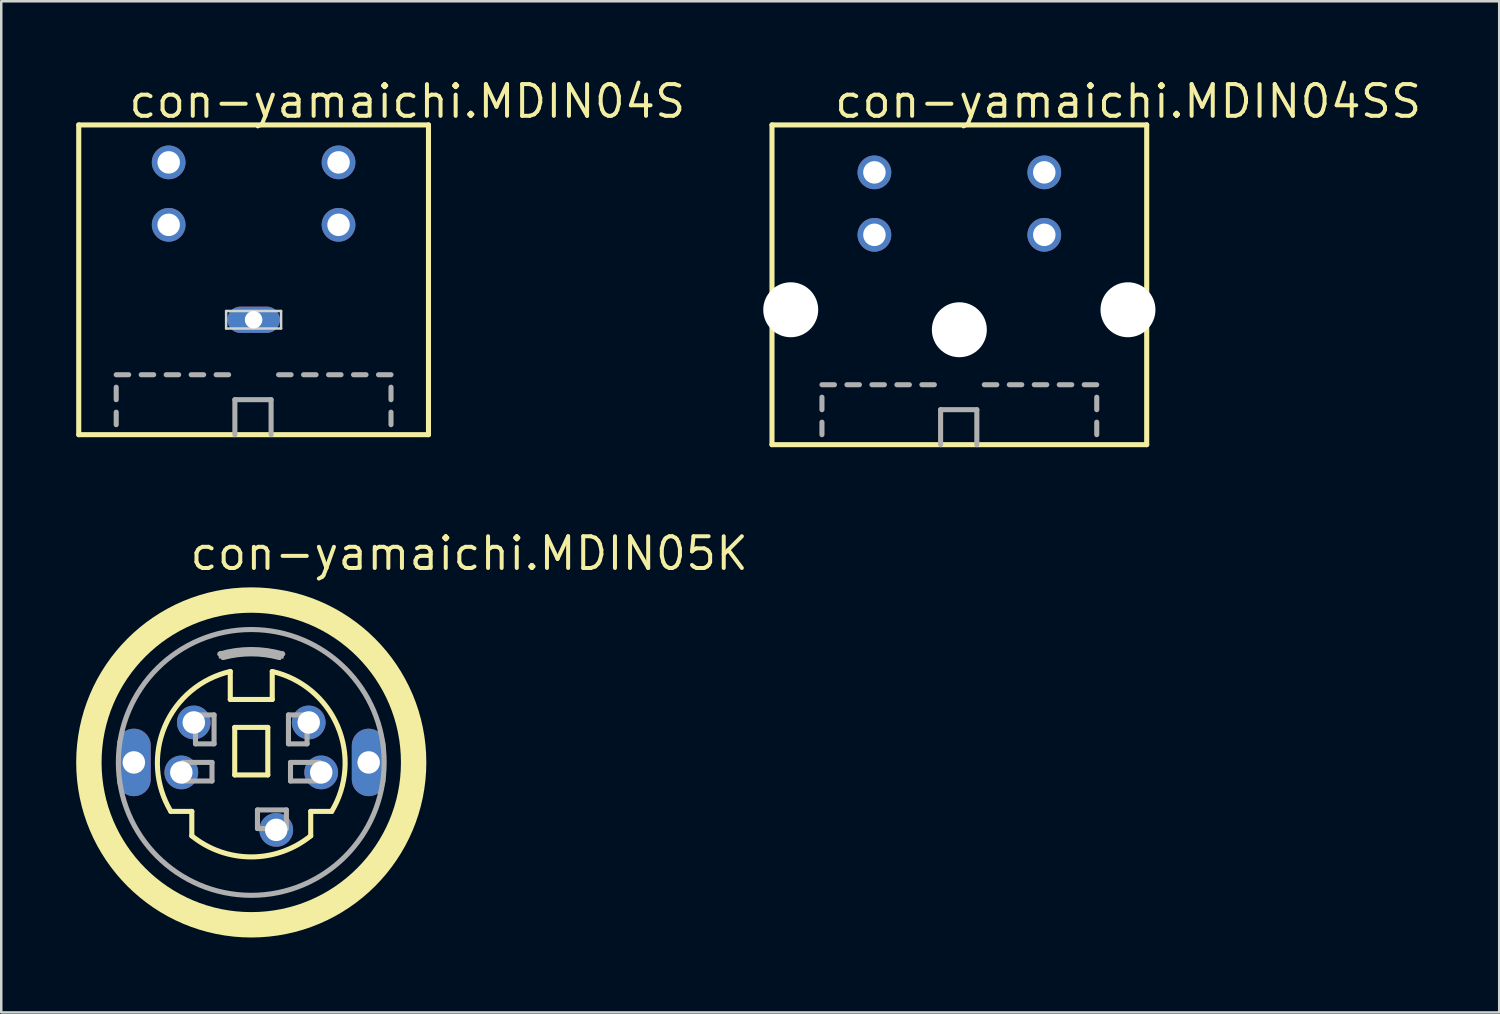
<source format=kicad_pcb>
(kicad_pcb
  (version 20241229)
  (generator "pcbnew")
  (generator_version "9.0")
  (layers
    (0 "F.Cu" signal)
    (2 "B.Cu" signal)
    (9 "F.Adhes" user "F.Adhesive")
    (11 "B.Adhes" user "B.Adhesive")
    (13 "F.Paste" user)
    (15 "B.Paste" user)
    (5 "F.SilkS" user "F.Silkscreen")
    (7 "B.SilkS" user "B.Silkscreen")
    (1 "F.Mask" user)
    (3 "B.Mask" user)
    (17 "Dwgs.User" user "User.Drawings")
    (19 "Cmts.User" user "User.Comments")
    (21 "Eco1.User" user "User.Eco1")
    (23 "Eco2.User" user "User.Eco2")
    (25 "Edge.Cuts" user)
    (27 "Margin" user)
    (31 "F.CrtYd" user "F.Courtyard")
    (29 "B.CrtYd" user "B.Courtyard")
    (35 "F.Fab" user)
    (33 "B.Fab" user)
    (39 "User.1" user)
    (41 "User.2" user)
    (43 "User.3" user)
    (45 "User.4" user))
  (footprint "con-yamaichi.MDIN05K"
    (layer "F.Cu")
    (at 7.008 27.47)
    (property "Reference" "con-yamaichi.MDIN05K" (at -2.54 -7.62 0) (layer "F.SilkS") (effects (font (size 1.27 1.27) (thickness 0.16)) (justify left bottom)))
    (attr through_hole)
    (fp_line (start -3.22 1.96) (end -2.38 1.96) (stroke (width 0.203) (type default)) (layer "F.SilkS"))
    (fp_line (start -2.38 1.96) (end -2.38 2.94) (stroke (width 0.203) (type default)) (layer "F.SilkS"))
    (fp_line (start -0.84 -2.52) (end -0.84 -3.64) (stroke (width 0.203) (type default)) (layer "F.SilkS"))
    (fp_line (start -0.662 -1.402) (end 0.662 -1.402) (stroke (width 0.203) (type default)) (layer "F.SilkS"))
    (fp_line (start -0.662 0.5) (end -0.662 -1.402) (stroke (width 0.203) (type default)) (layer "F.SilkS"))
    (fp_line (start 0.662 -1.402) (end 0.662 0.5) (stroke (width 0.203) (type default)) (layer "F.SilkS"))
    (fp_line (start 0.662 0.5) (end -0.662 0.5) (stroke (width 0.203) (type default)) (layer "F.SilkS"))
    (fp_line (start 0.84 -3.64) (end 0.84 -2.52) (stroke (width 0.203) (type default)) (layer "F.SilkS"))
    (fp_line (start 0.84 -2.52) (end -0.84 -2.52) (stroke (width 0.203) (type default)) (layer "F.SilkS"))
    (fp_line (start 2.38 1.96) (end 2.38 2.94) (stroke (width 0.203) (type default)) (layer "F.SilkS"))
    (fp_line (start 3.22 1.96) (end 2.38 1.96) (stroke (width 0.203) (type default)) (layer "F.SilkS"))
    (fp_arc (start -3.22 1.96) (mid -3.458453 -1.447093) (end -0.84 -3.64) (stroke (width 0.2032) (type default)) (layer "F.SilkS"))
    (fp_arc (start 0.84 -3.64) (mid 3.458453 -1.447093) (end 3.22 1.96) (stroke (width 0.2032) (type default)) (layer "F.SilkS"))
    (fp_arc (start 2.38 2.94) (mid 0 3.782592) (end -2.38 2.94) (stroke (width 0.2032) (type default)) (layer "F.SilkS"))
    (fp_circle (center 0 0) (end 6.5 0) (stroke (width 1.016) (type default)) (fill no) (layer "F.SilkS"))
    (fp_line (start -2.729 0) (end -1.571 0) (stroke (width 0.203) (type default)) (layer "F.Fab"))
    (fp_line (start -2.729 0.744) (end -2.729 0) (stroke (width 0.203) (type default)) (layer "F.Fab"))
    (fp_line (start -2.233 -1.902) (end -1.489 -1.902) (stroke (width 0.203) (type default)) (layer "F.Fab"))
    (fp_line (start -2.233 -0.744) (end -2.233 -1.902) (stroke (width 0.203) (type default)) (layer "F.Fab"))
    (fp_line (start -1.571 0) (end -1.571 0.744) (stroke (width 0.203) (type default)) (layer "F.Fab"))
    (fp_line (start -1.571 0.744) (end -2.729 0.744) (stroke (width 0.203) (type default)) (layer "F.Fab"))
    (fp_line (start -1.489 -1.902) (end -1.489 -0.744) (stroke (width 0.203) (type default)) (layer "F.Fab"))
    (fp_line (start -1.489 -0.744) (end -2.233 -0.744) (stroke (width 0.203) (type default)) (layer "F.Fab"))
    (fp_line (start -1.25 -4.4) (end -1.25 -4.2) (stroke (width 0.102) (type default)) (layer "F.Fab"))
    (fp_line (start -1.15 -4.4) (end -1.25 -4.4) (stroke (width 0.102) (type default)) (layer "F.Fab"))
    (fp_line (start -1.15 -4.15) (end -1.15 -4.4) (stroke (width 0.102) (type default)) (layer "F.Fab"))
    (fp_line (start 0.248 1.902) (end 1.406 1.902) (stroke (width 0.203) (type default)) (layer "F.Fab"))
    (fp_line (start 0.248 2.646) (end 0.248 1.902) (stroke (width 0.203) (type default)) (layer "F.Fab"))
    (fp_line (start 1.15 -4.4) (end 1.25 -4.4) (stroke (width 0.102) (type default)) (layer "F.Fab"))
    (fp_line (start 1.15 -4.15) (end 1.15 -4.4) (stroke (width 0.102) (type default)) (layer "F.Fab"))
    (fp_line (start 1.25 -4.4) (end 1.25 -4.2) (stroke (width 0.102) (type default)) (layer "F.Fab"))
    (fp_line (start 1.406 1.902) (end 1.406 2.646) (stroke (width 0.203) (type default)) (layer "F.Fab"))
    (fp_line (start 1.406 2.646) (end 0.248 2.646) (stroke (width 0.203) (type default)) (layer "F.Fab"))
    (fp_line (start 1.489 -1.902) (end 2.233 -1.902) (stroke (width 0.203) (type default)) (layer "F.Fab"))
    (fp_line (start 1.489 -0.744) (end 1.489 -1.902) (stroke (width 0.203) (type default)) (layer "F.Fab"))
    (fp_line (start 1.571 0) (end 2.729 0) (stroke (width 0.203) (type default)) (layer "F.Fab"))
    (fp_line (start 1.571 0.744) (end 1.571 0) (stroke (width 0.203) (type default)) (layer "F.Fab"))
    (fp_line (start 2.233 -1.902) (end 2.233 -0.744) (stroke (width 0.203) (type default)) (layer "F.Fab"))
    (fp_line (start 2.233 -0.744) (end 1.489 -0.744) (stroke (width 0.203) (type default)) (layer "F.Fab"))
    (fp_line (start 2.729 0) (end 2.729 0.744) (stroke (width 0.203) (type default)) (layer "F.Fab"))
    (fp_line (start 2.729 0.744) (end 1.571 0.744) (stroke (width 0.203) (type default)) (layer "F.Fab"))
    (fp_arc (start -1.26 -4.34) (mid 0 -4.519203) (end 1.26 -4.34) (stroke (width 0.2032) (type default)) (layer "F.Fab"))
    (fp_arc (start -1.12 -4.2) (mid 0 -4.346769) (end 1.12 -4.2) (stroke (width 0.2032) (type default)) (layer "F.Fab"))
    (fp_circle (center 0 0) (end 5.32 0) (stroke (width 0.203) (type default)) (fill no) (layer "F.Fab"))
    (pad "1" thru_hole circle (at 1 2.7) (size 1.35 1.35) (drill 0.9) (layers "*.Cu" "*.Mask"))
    (pad "2" thru_hole circle (at 2.8 0.4) (size 1.35 1.35) (drill 0.9) (layers "*.Cu" "*.Mask"))
    (pad "3" thru_hole circle (at -2.8 0.4) (size 1.35 1.35) (drill 0.9) (layers "*.Cu" "*.Mask"))
    (pad "4" thru_hole circle (at 2.3 -1.6) (size 1.35 1.35) (drill 0.9) (layers "*.Cu" "*.Mask"))
    (pad "5" thru_hole circle (at -2.3 -1.6) (size 1.35 1.35) (drill 0.9) (layers "*.Cu" "*.Mask"))
    (pad "M1" thru_hole oval (at -4.7 0 90) (size 2.7 1.35) (drill 0.9) (layers "*.Cu" "*.Mask"))
    (pad "M2" thru_hole oval (at 4.7 0 90) (size 2.7 1.35) (drill 0.9) (layers "*.Cu" "*.Mask")))
  (footprint "con-yamaichi.MDIN04S"
    (layer "F.Cu")
    (at 7.102 14.45)
    (property "Reference" "con-yamaichi.MDIN04S" (at -5.08 -12.7 0) (layer "F.SilkS") (effects (font (size 1.27 1.27) (thickness 0.16)) (justify left bottom)))
    (attr through_hole)
    (fp_line (start -7 -12.5) (end -7 -0.1) (stroke (width 0.203) (type default)) (layer "F.SilkS"))
    (fp_line (start -7 -0.1) (end 7 -0.1) (stroke (width 0.203) (type default)) (layer "F.SilkS"))
    (fp_line (start 7 -12.5) (end -7 -12.5) (stroke (width 0.203) (type default)) (layer "F.SilkS"))
    (fp_line (start 7 -0.1) (end 7 -12.5) (stroke (width 0.203) (type default)) (layer "F.SilkS"))
    (fp_line (start -1.1 -4.35) (end -1.1 -5.05) (stroke (width 0.1) (type default)) (layer "Edge.Cuts"))
    (fp_line (start 1.1 -5.05) (end -1.1 -5.05) (stroke (width 0.1) (type default)) (layer "Edge.Cuts"))
    (fp_line (start 1.1 -4.35) (end -1.1 -4.35) (stroke (width 0.1) (type default)) (layer "Edge.Cuts"))
    (fp_line (start 1.1 -4.35) (end 1.1 -5.05) (stroke (width 0.1) (type default)) (layer "Edge.Cuts"))
    (fp_line (start -5.5 -2.5) (end -5 -2.5) (stroke (width 0.203) (type default)) (layer "F.Fab"))
    (fp_line (start -5.5 -1.5) (end -5.5 -2) (stroke (width 0.203) (type default)) (layer "F.Fab"))
    (fp_line (start -5.5 -0.5) (end -5.5 -1) (stroke (width 0.203) (type default)) (layer "F.Fab"))
    (fp_line (start -4.5 -2.5) (end -4 -2.5) (stroke (width 0.203) (type default)) (layer "F.Fab"))
    (fp_line (start -3.5 -2.5) (end -3 -2.5) (stroke (width 0.203) (type default)) (layer "F.Fab"))
    (fp_line (start -2.5 -2.5) (end -2 -2.5) (stroke (width 0.203) (type default)) (layer "F.Fab"))
    (fp_line (start -1.5 -2.5) (end -1 -2.5) (stroke (width 0.203) (type default)) (layer "F.Fab"))
    (fp_line (start -0.75 -1.5) (end 0.7 -1.5) (stroke (width 0.203) (type default)) (layer "F.Fab"))
    (fp_line (start -0.75 -0.1) (end -0.75 -1.5) (stroke (width 0.203) (type default)) (layer "F.Fab"))
    (fp_line (start 0.7 -1.5) (end 0.7 -0.1) (stroke (width 0.203) (type default)) (layer "F.Fab"))
    (fp_line (start 1 -2.5) (end 1.5 -2.5) (stroke (width 0.203) (type default)) (layer "F.Fab"))
    (fp_line (start 2 -2.5) (end 2.5 -2.5) (stroke (width 0.203) (type default)) (layer "F.Fab"))
    (fp_line (start 3 -2.5) (end 3.5 -2.5) (stroke (width 0.203) (type default)) (layer "F.Fab"))
    (fp_line (start 4 -2.5) (end 4.5 -2.5) (stroke (width 0.203) (type default)) (layer "F.Fab"))
    (fp_line (start 5 -2.5) (end 5.5 -2.5) (stroke (width 0.203) (type default)) (layer "F.Fab"))
    (fp_line (start 5.5 -1.5) (end 5.5 -2) (stroke (width 0.203) (type default)) (layer "F.Fab"))
    (fp_line (start 5.5 -0.5) (end 5.5 -1) (stroke (width 0.203) (type default)) (layer "F.Fab"))
    (pad "1" thru_hole circle (at 3.4 -8.5) (size 1.35 1.35) (drill 0.9) (layers "*.Cu" "*.Mask"))
    (pad "2" thru_hole circle (at -3.4 -8.5) (size 1.35 1.35) (drill 0.9) (layers "*.Cu" "*.Mask"))
    (pad "3" thru_hole circle (at 3.4 -11) (size 1.35 1.35) (drill 0.9) (layers "*.Cu" "*.Mask"))
    (pad "4" thru_hole circle (at -3.4 -11) (size 1.35 1.35) (drill 0.9) (layers "*.Cu" "*.Mask"))
    (pad "M" thru_hole oval (at 0 -4.7) (size 2.1 1.05) (drill 0.7) (layers "*.Cu" "*.Mask")))
  (footprint "con-yamaichi.MDIN04SS"
    (layer "F.Cu")
    (at 35.353 14.85)
    (property "Reference" "con-yamaichi.MDIN04SS" (at -5.08 -13.1 0) (layer "F.SilkS") (effects (font (size 1.27 1.27) (thickness 0.16)) (justify left bottom)))
    (attr through_hole)
    (fp_line (start -7.5 -12.9) (end -7.5 -0.1) (stroke (width 0.203) (type default)) (layer "F.SilkS"))
    (fp_line (start -7.5 -0.1) (end 7.5 -0.1) (stroke (width 0.203) (type default)) (layer "F.SilkS"))
    (fp_line (start 7.5 -12.9) (end -7.5 -12.9) (stroke (width 0.203) (type default)) (layer "F.SilkS"))
    (fp_line (start 7.5 -0.1) (end 7.5 -12.9) (stroke (width 0.203) (type default)) (layer "F.SilkS"))
    (fp_line (start -5.5 -2.5) (end -5 -2.5) (stroke (width 0.203) (type default)) (layer "F.Fab"))
    (fp_line (start -5.5 -1.5) (end -5.5 -2) (stroke (width 0.203) (type default)) (layer "F.Fab"))
    (fp_line (start -5.5 -0.5) (end -5.5 -1) (stroke (width 0.203) (type default)) (layer "F.Fab"))
    (fp_line (start -4.5 -2.5) (end -4 -2.5) (stroke (width 0.203) (type default)) (layer "F.Fab"))
    (fp_line (start -3.5 -2.5) (end -3 -2.5) (stroke (width 0.203) (type default)) (layer "F.Fab"))
    (fp_line (start -2.5 -2.5) (end -2 -2.5) (stroke (width 0.203) (type default)) (layer "F.Fab"))
    (fp_line (start -1.5 -2.5) (end -1 -2.5) (stroke (width 0.203) (type default)) (layer "F.Fab"))
    (fp_line (start -0.75 -1.5) (end 0.7 -1.5) (stroke (width 0.203) (type default)) (layer "F.Fab"))
    (fp_line (start -0.75 -0.1) (end -0.75 -1.5) (stroke (width 0.203) (type default)) (layer "F.Fab"))
    (fp_line (start 0.7 -1.5) (end 0.7 -0.1) (stroke (width 0.203) (type default)) (layer "F.Fab"))
    (fp_line (start 1 -2.5) (end 1.5 -2.5) (stroke (width 0.203) (type default)) (layer "F.Fab"))
    (fp_line (start 2 -2.5) (end 2.5 -2.5) (stroke (width 0.203) (type default)) (layer "F.Fab"))
    (fp_line (start 3 -2.5) (end 3.5 -2.5) (stroke (width 0.203) (type default)) (layer "F.Fab"))
    (fp_line (start 4 -2.5) (end 4.5 -2.5) (stroke (width 0.203) (type default)) (layer "F.Fab"))
    (fp_line (start 5 -2.5) (end 5.5 -2.5) (stroke (width 0.203) (type default)) (layer "F.Fab"))
    (fp_line (start 5.5 -1.5) (end 5.5 -2) (stroke (width 0.203) (type default)) (layer "F.Fab"))
    (fp_line (start 5.5 -0.5) (end 5.5 -1) (stroke (width 0.203) (type default)) (layer "F.Fab"))
    (pad "" np_thru_hole circle (at -6.75 -5.5) (size 2.2 2.2) (drill 2.2) (layers "*.Cu" "*.Mask"))
    (pad "" np_thru_hole circle (at 0 -4.7) (size 2.2 2.2) (drill 2.2) (layers "*.Cu" "*.Mask"))
    (pad "" np_thru_hole circle (at 6.75 -5.5) (size 2.2 2.2) (drill 2.2) (layers "*.Cu" "*.Mask"))
    (pad "1" thru_hole circle (at 3.4 -8.5) (size 1.35 1.35) (drill 0.9) (layers "*.Cu" "*.Mask"))
    (pad "2" thru_hole circle (at -3.4 -8.5) (size 1.35 1.35) (drill 0.9) (layers "*.Cu" "*.Mask"))
    (pad "3" thru_hole circle (at 3.4 -11) (size 1.35 1.35) (drill 0.9) (layers "*.Cu" "*.Mask"))
    (pad "4" thru_hole circle (at -3.4 -11) (size 1.35 1.35) (drill 0.9) (layers "*.Cu" "*.Mask")))
  (gr_rect
    (start -3 -3)
    (end 56.964 37.478)
    (stroke (width 0.1) (type default))
    (fill no)
    (layer "Edge.Cuts")))
</source>
